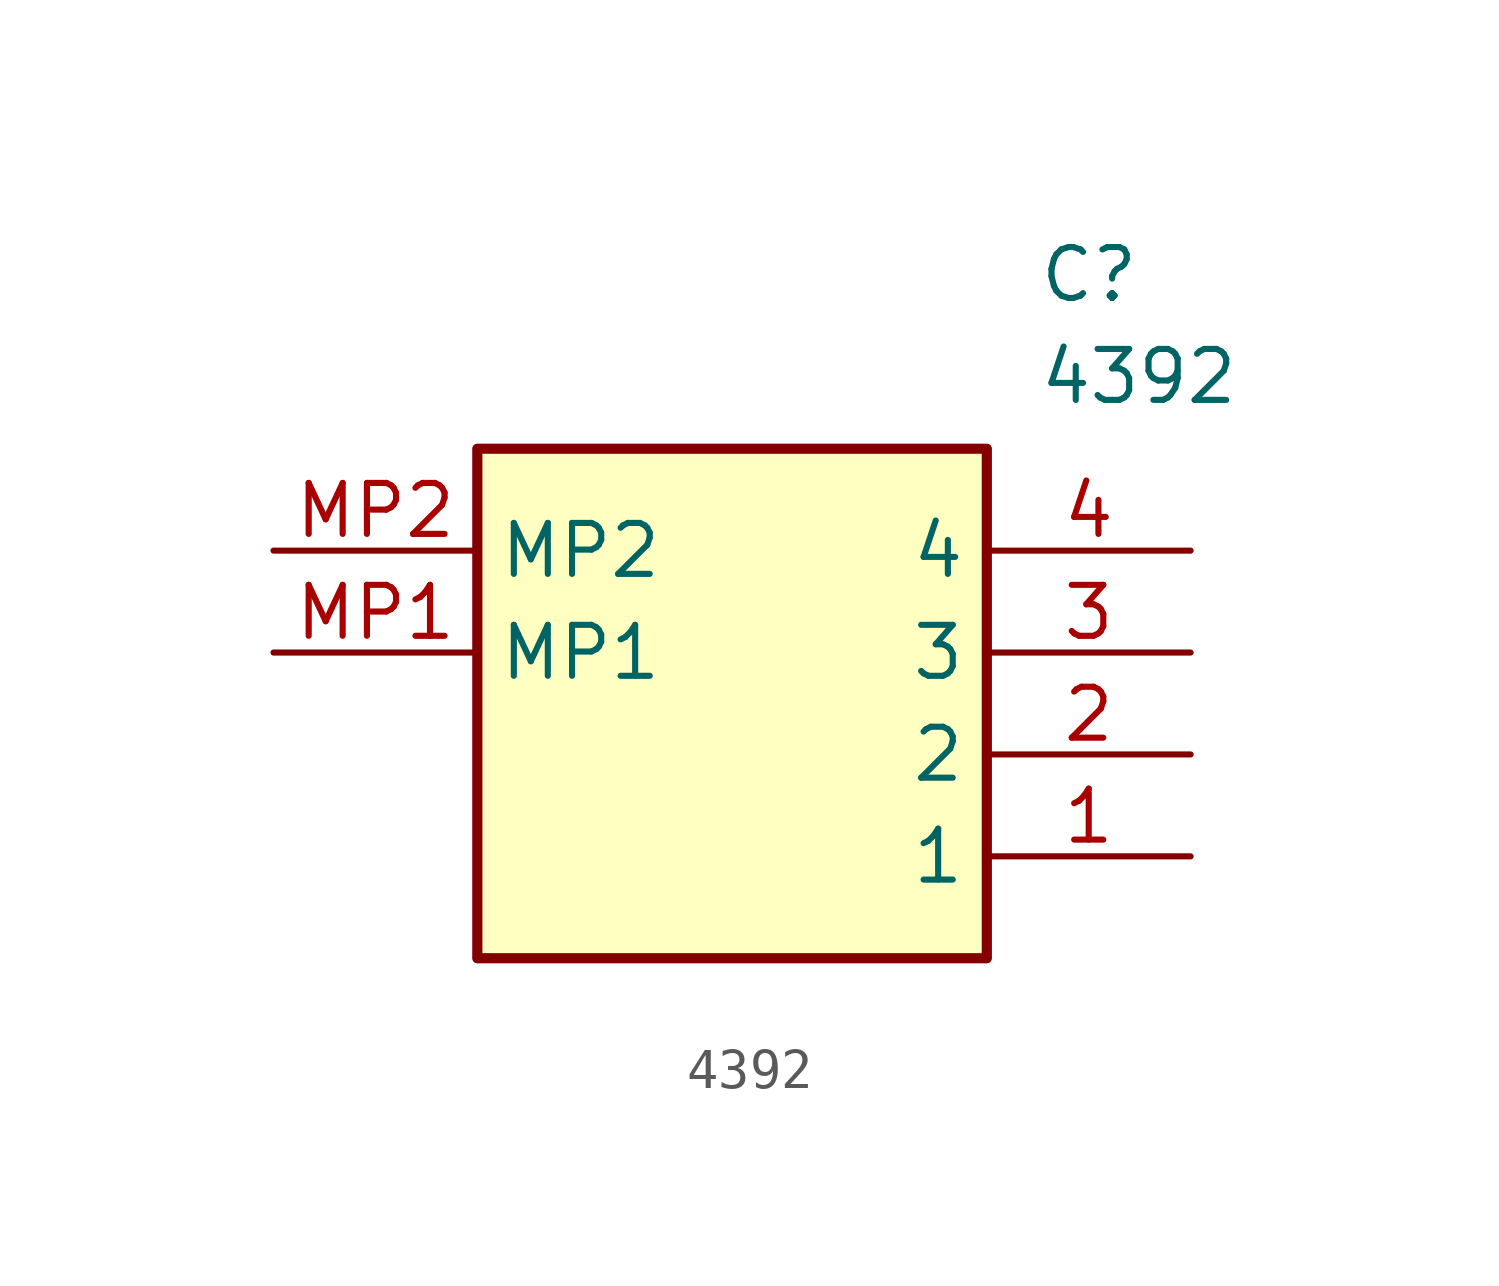
<source format=kicad_sym>
(kicad_symbol_lib
  (version 20211014)
  (generator SamacSys_ECAD_Model)
  (symbol "4392"
    (property "Reference" "C"
      (at 19.05 7.62 0)
      (effects (font (size 1.27 1.27)) (justify left top)))
    (property "Value" "4392"
      (at 19.05 5.08 0)
      (effects (font (size 1.27 1.27)) (justify left top)))
    (rectangle
      (start 5.08 2.54)
      (end 17.78 -10.16)
      (stroke (width 0.254) (type default))
      (fill (type background)))
    (pin passive line
      (at 22.86 -7.62 180)
      (length 5.08)
      (name "1" (effects (font (size 1.27 1.27))))
      (number "1" (effects (font (size 1.27 1.27)))))
    (pin passive line
      (at 22.86 -5.08 180)
      (length 5.08)
      (name "2" (effects (font (size 1.27 1.27))))
      (number "2" (effects (font (size 1.27 1.27)))))
    (pin passive line
      (at 22.86 -2.54 180)
      (length 5.08)
      (name "3" (effects (font (size 1.27 1.27))))
      (number "3" (effects (font (size 1.27 1.27)))))
    (pin passive line
      (at 22.86 0 180)
      (length 5.08)
      (name "4" (effects (font (size 1.27 1.27))))
      (number "4" (effects (font (size 1.27 1.27)))))
    (pin passive line
      (at 0 -2.54 0)
      (length 5.08)
      (name "MP1" (effects (font (size 1.27 1.27))))
      (number "MP1" (effects (font (size 1.27 1.27)))))
    (pin passive line
      (at 0 0 0)
      (length 5.08)
      (name "MP2" (effects (font (size 1.27 1.27))))
      (number "MP2" (effects (font (size 1.27 1.27)))))))
</source>
